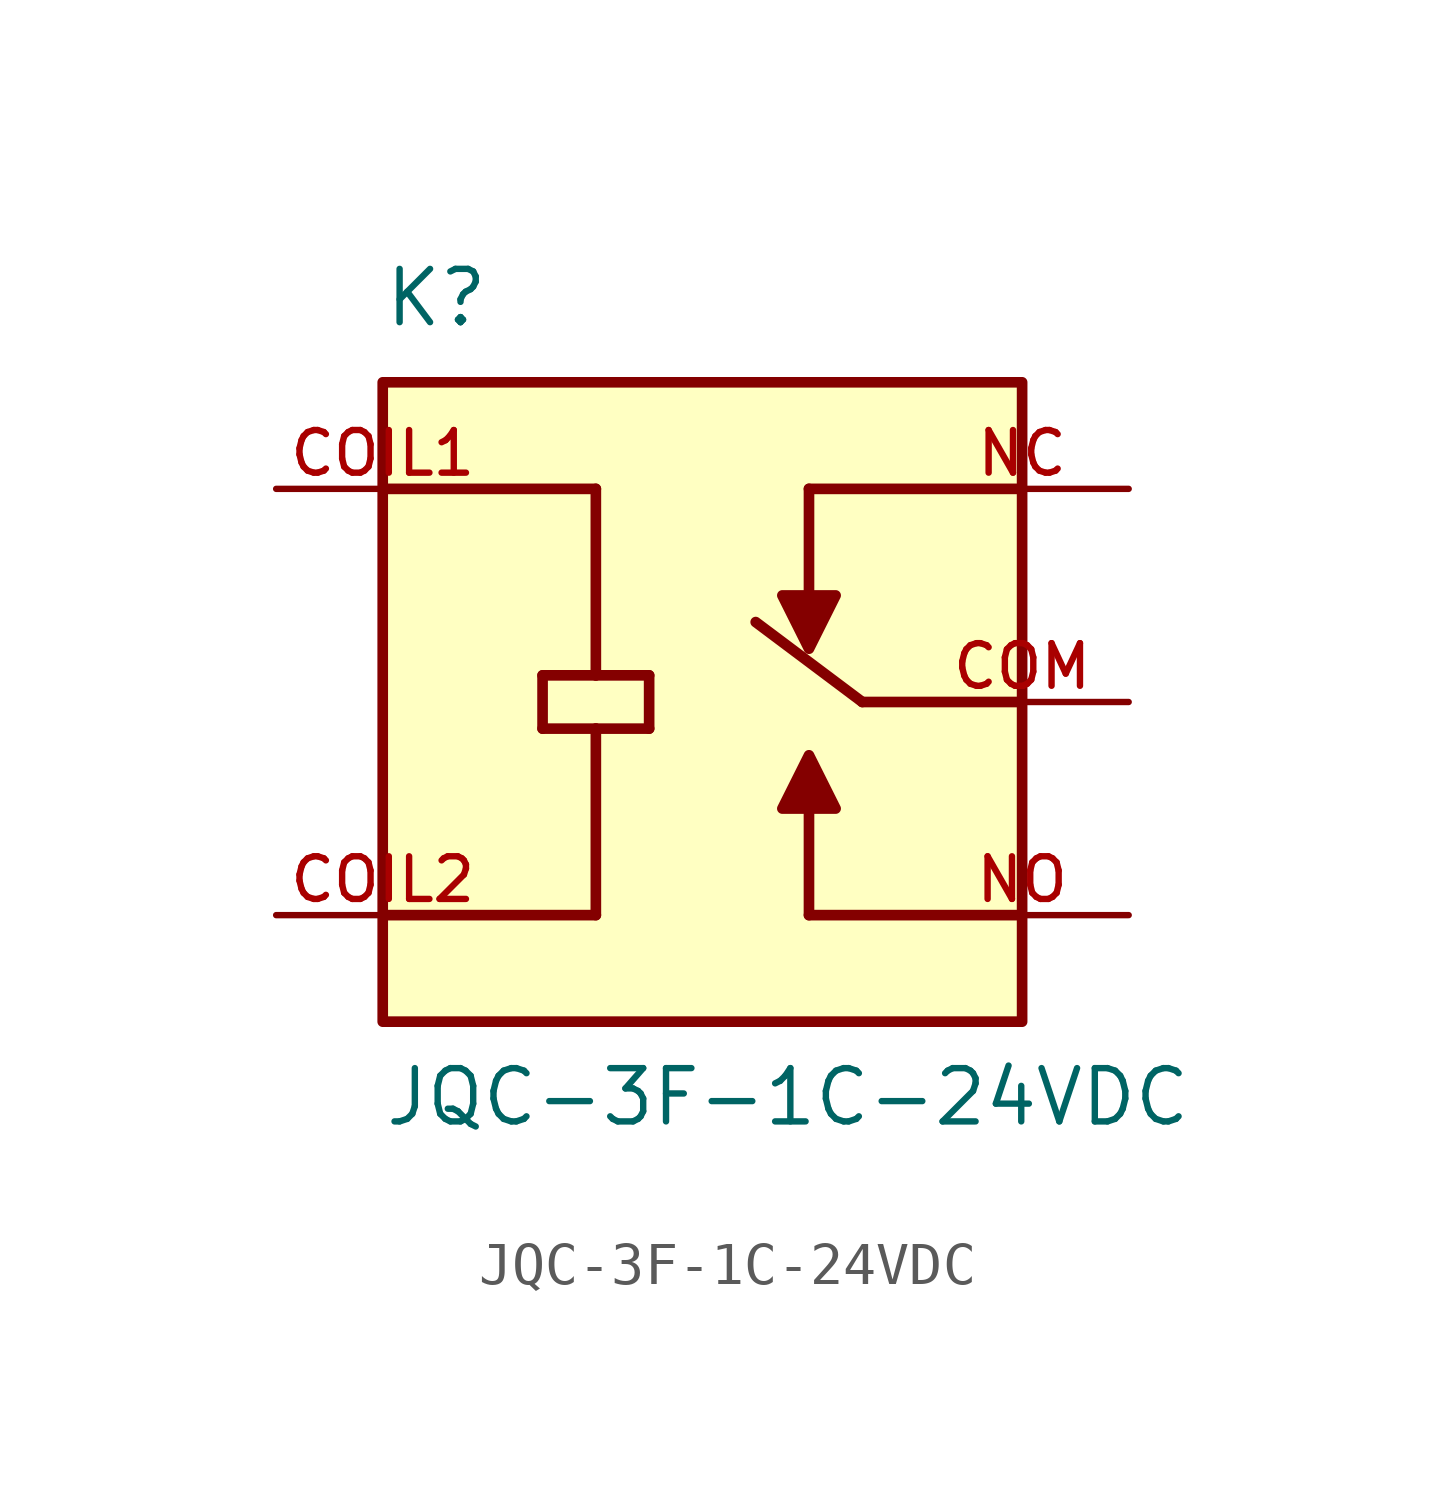
<source format=kicad_sym>
(kicad_symbol_lib
  (version 20211014)
  (generator kicad_symbol_editor)
  (symbol "JQC-3F-1C-24VDC"
    (pin_names
      (offset 1.016))
    (property "Reference" "K"
      (at -7.62 8.89 0)
      (effects (font (size 1.27 1.27)) (justify bottom left)))
    (property "Value" "JQC-3F-1C-24VDC"
      (at -7.62 -10.16 0)
      (effects (font (size 1.27 1.27)) (justify bottom left)))
    (symbol "JQC-3F-1C-24VDC_0_0"
      (polyline (pts (xy 7.62 0.0) (xy 3.81 0.0)) (stroke (width 0.254)))
      (polyline (pts (xy 7.62 -5.08) (xy 2.54 -5.08)) (stroke (width 0.254)))
      (polyline (pts (xy 2.54 -5.08) (xy 2.54 -2.54)) (stroke (width 0.254)))
      (polyline (pts (xy 1.905 -2.54) (xy 3.175 -2.54) (xy 2.54 -1.27) (xy 1.905 -2.54)) (stroke (width 0.254)) (fill (type outline)))
      (polyline (pts (xy -7.62 5.08) (xy -2.54 5.08)) (stroke (width 0.254)))
      (polyline (pts (xy -3.81 0.635) (xy -2.54 0.635)) (stroke (width 0.254)))
      (polyline (pts (xy -2.54 0.635) (xy -1.27 0.635)) (stroke (width 0.254)))
      (polyline (pts (xy -1.27 0.635) (xy -1.27 -0.635)) (stroke (width 0.254)))
      (polyline (pts (xy -1.27 -0.635) (xy -2.54 -0.635)) (stroke (width 0.254)))
      (polyline (pts (xy -2.54 -0.635) (xy -3.81 -0.635)) (stroke (width 0.254)))
      (polyline (pts (xy -3.81 -0.635) (xy -3.81 0.635)) (stroke (width 0.254)))
      (polyline (pts (xy -7.62 -5.08) (xy -2.54 -5.08)) (stroke (width 0.254)))
      (polyline (pts (xy -2.54 5.08) (xy -2.54 0.635)) (stroke (width 0.254)))
      (polyline (pts (xy -2.54 -0.635) (xy -2.54 -5.08)) (stroke (width 0.254)))
      (polyline (pts (xy 2.54 5.08) (xy 2.54 2.54)) (stroke (width 0.254)))
      (polyline (pts (xy 3.175 2.54) (xy 1.905 2.54) (xy 2.54 1.27) (xy 3.175 2.54)) (stroke (width 0.254)) (fill (type outline)))
      (polyline (pts (xy 2.54 5.08) (xy 7.62 5.08)) (stroke (width 0.254)))
      (polyline (pts (xy 3.81 0.0) (xy 1.27 1.905)) (stroke (width 0.254)))
      (rectangle (start -7.62 -7.62) (end 7.62 7.62) (stroke (width 0.254)) (fill (type background)))
      (pin passive line (at 10.16 0.0 180.0) (length 5.08) (name "~" (effects (font (size 1.016 1.016)))) (number "COM" (effects (font (size 1.016 1.016)))))
      (pin passive line (at 10.16 -5.08 180.0) (length 5.08) (name "~" (effects (font (size 1.016 1.016)))) (number "NO" (effects (font (size 1.016 1.016)))))
      (pin passive line (at -10.16 5.08 0) (length 5.08) (name "~" (effects (font (size 1.016 1.016)))) (number "COIL1" (effects (font (size 1.016 1.016)))))
      (pin passive line (at -10.16 -5.08 0) (length 5.08) (name "~" (effects (font (size 1.016 1.016)))) (number "COIL2" (effects (font (size 1.016 1.016)))))
      (pin passive line (at 10.16 5.08 180.0) (length 5.08) (name "~" (effects (font (size 1.016 1.016)))) (number "NC" (effects (font (size 1.016 1.016))))))))
</source>
